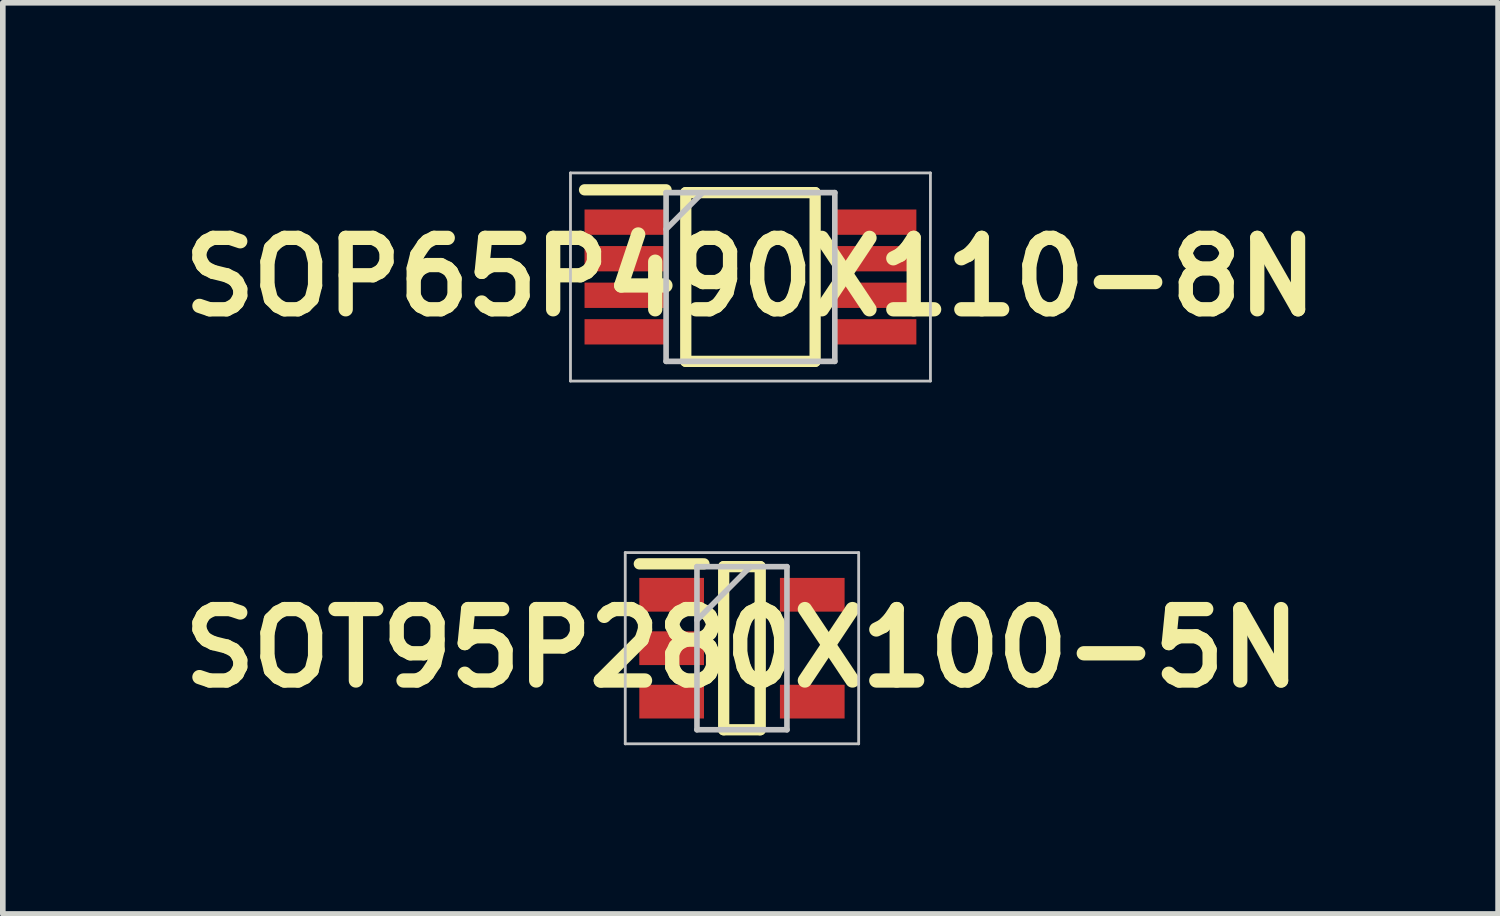
<source format=kicad_pcb>
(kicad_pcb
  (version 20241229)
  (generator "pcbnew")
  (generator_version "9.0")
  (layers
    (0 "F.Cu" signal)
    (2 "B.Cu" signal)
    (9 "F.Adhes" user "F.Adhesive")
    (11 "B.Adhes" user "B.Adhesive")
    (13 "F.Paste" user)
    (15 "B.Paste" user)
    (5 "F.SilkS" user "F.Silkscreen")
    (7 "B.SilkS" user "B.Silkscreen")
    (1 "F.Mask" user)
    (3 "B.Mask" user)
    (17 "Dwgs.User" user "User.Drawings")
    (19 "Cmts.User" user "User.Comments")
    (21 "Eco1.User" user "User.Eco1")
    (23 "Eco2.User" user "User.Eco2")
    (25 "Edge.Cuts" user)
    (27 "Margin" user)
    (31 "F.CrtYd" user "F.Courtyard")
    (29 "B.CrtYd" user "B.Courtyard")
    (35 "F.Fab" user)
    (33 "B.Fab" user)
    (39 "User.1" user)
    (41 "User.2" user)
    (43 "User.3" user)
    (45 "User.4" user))
  (footprint "SOP65P490X110-8N"
    (layer "F.Cu")
    (at 10.293 1.875)
    (property "Reference" "SOP65P490X110-8N" (at 0 0 0) (layer "F.SilkS") (effects (font (size 1.27 1.27) (thickness 0.254))))
    (attr smd)
    (fp_line (start -2.95 -1.55) (end -1.5 -1.55) (stroke (width 0.2) (type solid)) (layer "F.SilkS"))
    (fp_line (start -1.15 -1.5) (end 1.15 -1.5) (stroke (width 0.2) (type solid)) (layer "F.SilkS"))
    (fp_line (start -1.15 1.5) (end -1.15 -1.5) (stroke (width 0.2) (type solid)) (layer "F.SilkS"))
    (fp_line (start 1.15 -1.5) (end 1.15 1.5) (stroke (width 0.2) (type solid)) (layer "F.SilkS"))
    (fp_line (start 1.15 1.5) (end -1.15 1.5) (stroke (width 0.2) (type solid)) (layer "F.SilkS"))
    (fp_line (start -3.2 -1.85) (end 3.2 -1.85) (stroke (width 0.05) (type solid)) (layer "Dwgs.User"))
    (fp_line (start -3.2 1.85) (end -3.2 -1.85) (stroke (width 0.05) (type solid)) (layer "Dwgs.User"))
    (fp_line (start -1.5 -1.5) (end 1.5 -1.5) (stroke (width 0.1) (type solid)) (layer "Dwgs.User"))
    (fp_line (start -1.5 -0.85) (end -0.85 -1.5) (stroke (width 0.1) (type solid)) (layer "Dwgs.User"))
    (fp_line (start -1.5 1.5) (end -1.5 -1.5) (stroke (width 0.1) (type solid)) (layer "Dwgs.User"))
    (fp_line (start 1.5 -1.5) (end 1.5 1.5) (stroke (width 0.1) (type solid)) (layer "Dwgs.User"))
    (fp_line (start 1.5 1.5) (end -1.5 1.5) (stroke (width 0.1) (type solid)) (layer "Dwgs.User"))
    (fp_line (start 3.2 -1.85) (end 3.2 1.85) (stroke (width 0.05) (type solid)) (layer "Dwgs.User"))
    (fp_line (start 3.2 1.85) (end -3.2 1.85) (stroke (width 0.05) (type solid)) (layer "Dwgs.User"))
    (pad "1" smd rect (at -2.225 -0.975 90) (size 0.45 1.45) (layers "F.Cu" "F.Mask" "F.Paste"))
    (pad "2" smd rect (at -2.225 -0.325 90) (size 0.45 1.45) (layers "F.Cu" "F.Mask" "F.Paste"))
    (pad "3" smd rect (at -2.225 0.325 90) (size 0.45 1.45) (layers "F.Cu" "F.Mask" "F.Paste"))
    (pad "4" smd rect (at -2.225 0.975 90) (size 0.45 1.45) (layers "F.Cu" "F.Mask" "F.Paste"))
    (pad "5" smd rect (at 2.225 0.975 90) (size 0.45 1.45) (layers "F.Cu" "F.Mask" "F.Paste"))
    (pad "6" smd rect (at 2.225 0.325 90) (size 0.45 1.45) (layers "F.Cu" "F.Mask" "F.Paste"))
    (pad "7" smd rect (at 2.225 -0.325 90) (size 0.45 1.45) (layers "F.Cu" "F.Mask" "F.Paste"))
    (pad "8" smd rect (at 2.225 -0.975 90) (size 0.45 1.45) (layers "F.Cu" "F.Mask" "F.Paste")))
  (footprint "SOT95P280X100-5N"
    (layer "F.Cu")
    (at 10.142 8.475)
    (property "Reference" "SOT95P280X100-5N" (at 0 0 0) (layer "F.SilkS") (effects (font (size 1.27 1.27) (thickness 0.254))))
    (attr smd)
    (fp_line (start -1.825 -1.5) (end -0.675 -1.5) (stroke (width 0.2) (type solid)) (layer "F.SilkS"))
    (fp_line (start -0.325 -1.45) (end 0.325 -1.45) (stroke (width 0.2) (type solid)) (layer "F.SilkS"))
    (fp_line (start -0.325 1.45) (end -0.325 -1.45) (stroke (width 0.2) (type solid)) (layer "F.SilkS"))
    (fp_line (start 0.325 -1.45) (end 0.325 1.45) (stroke (width 0.2) (type solid)) (layer "F.SilkS"))
    (fp_line (start 0.325 1.45) (end -0.325 1.45) (stroke (width 0.2) (type solid)) (layer "F.SilkS"))
    (fp_line (start -2.075 -1.7) (end 2.075 -1.7) (stroke (width 0.05) (type solid)) (layer "Dwgs.User"))
    (fp_line (start -2.075 1.7) (end -2.075 -1.7) (stroke (width 0.05) (type solid)) (layer "Dwgs.User"))
    (fp_line (start -0.8 -1.45) (end 0.8 -1.45) (stroke (width 0.1) (type solid)) (layer "Dwgs.User"))
    (fp_line (start -0.8 -0.5) (end 0.15 -1.45) (stroke (width 0.1) (type solid)) (layer "Dwgs.User"))
    (fp_line (start -0.8 1.45) (end -0.8 -1.45) (stroke (width 0.1) (type solid)) (layer "Dwgs.User"))
    (fp_line (start 0.8 -1.45) (end 0.8 1.45) (stroke (width 0.1) (type solid)) (layer "Dwgs.User"))
    (fp_line (start 0.8 1.45) (end -0.8 1.45) (stroke (width 0.1) (type solid)) (layer "Dwgs.User"))
    (fp_line (start 2.075 -1.7) (end 2.075 1.7) (stroke (width 0.05) (type solid)) (layer "Dwgs.User"))
    (fp_line (start 2.075 1.7) (end -2.075 1.7) (stroke (width 0.05) (type solid)) (layer "Dwgs.User"))
    (pad "1" smd rect (at -1.25 -0.95 90) (size 0.6 1.15) (layers "F.Cu" "F.Mask" "F.Paste"))
    (pad "2" smd rect (at -1.25 0 90) (size 0.6 1.15) (layers "F.Cu" "F.Mask" "F.Paste"))
    (pad "3" smd rect (at -1.25 0.95 90) (size 0.6 1.15) (layers "F.Cu" "F.Mask" "F.Paste"))
    (pad "4" smd rect (at 1.25 0.95 90) (size 0.6 1.15) (layers "F.Cu" "F.Mask" "F.Paste"))
    (pad "5" smd rect (at 1.25 -0.95 90) (size 0.6 1.15) (layers "F.Cu" "F.Mask" "F.Paste")))
  (gr_rect
    (start -3 -3)
    (end 23.586 13.2)
    (stroke (width 0.1) (type default))
    (fill no)
    (layer "Edge.Cuts")))
</source>
